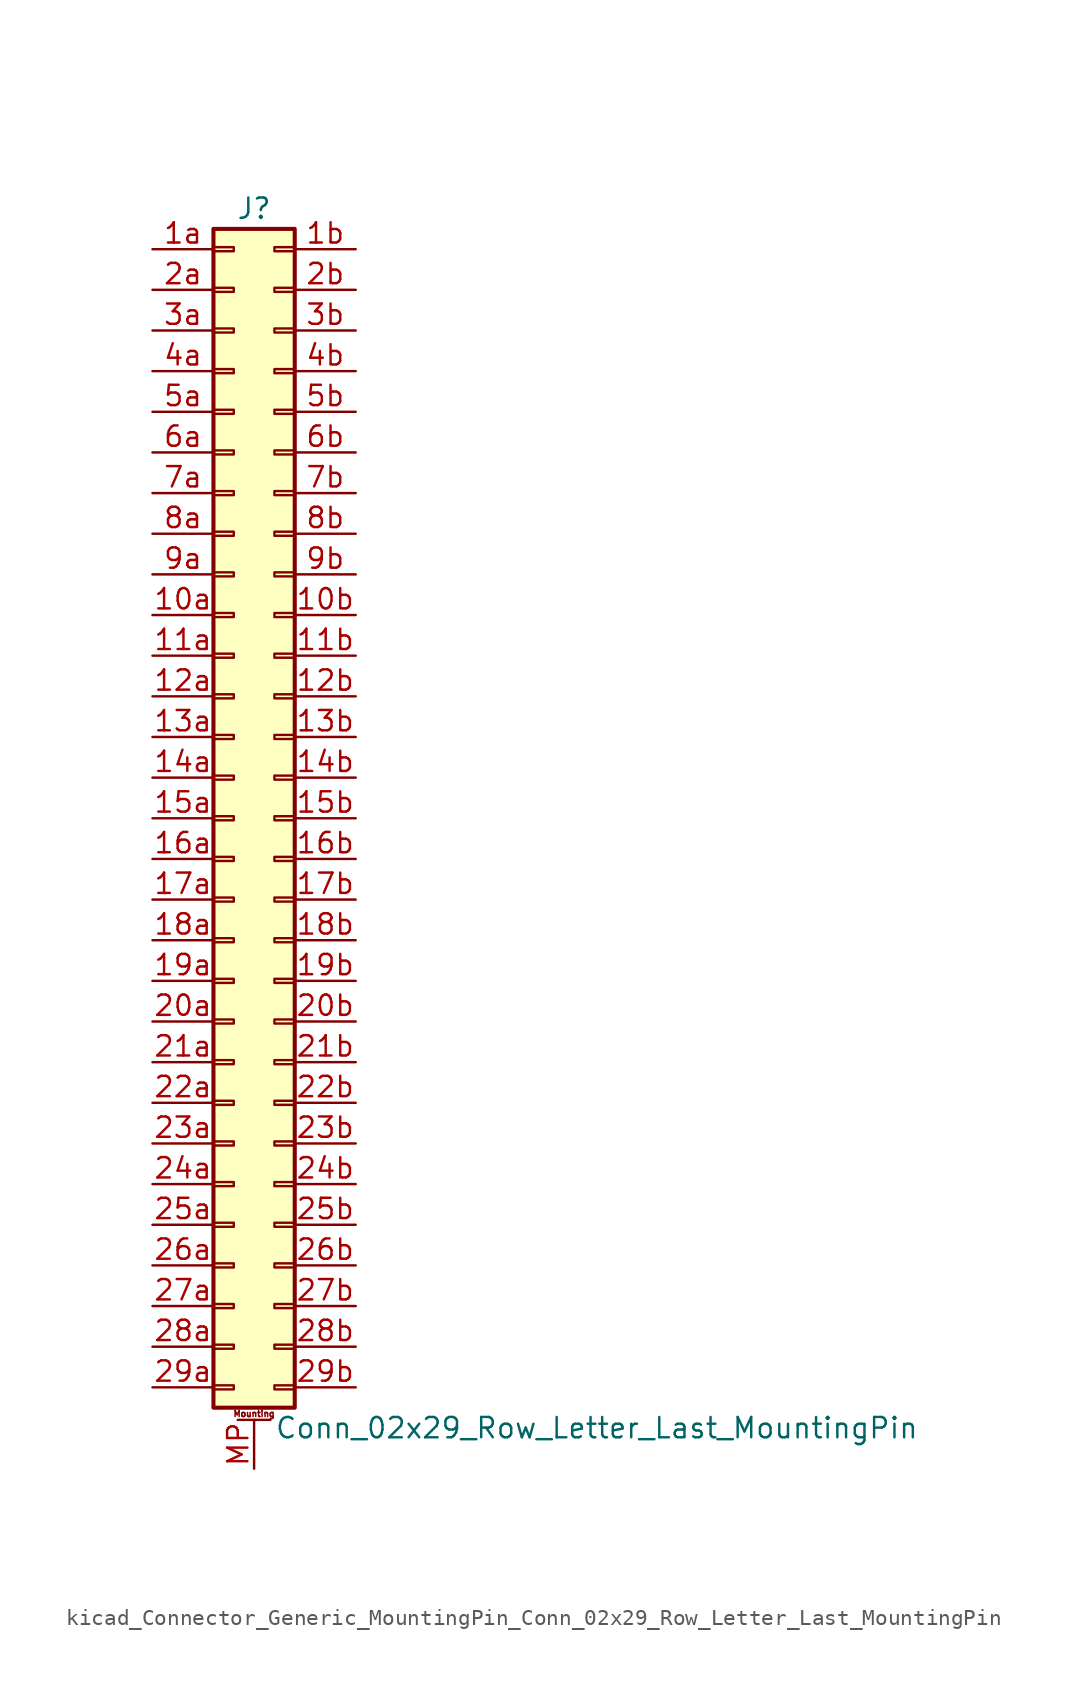
<source format=kicad_sym>
(kicad_symbol_lib
  (version 20220914)
  (generator kicad_symbol_editor)
  (symbol "kicad_Connector_Generic_MountingPin_Conn_02x29_Row_Letter_Last_MountingPin"
    (pin_names
      (offset 1.016) hide)
    (property "Reference" "J"
      (at 1.27 38.1 0)
      (effects (font (size 1.27 1.27))))
    (property "Value" "Conn_02x29_Row_Letter_Last_MountingPin"
      (at 2.54 -38.1 0)
      (effects (font (size 1.27 1.27)) (justify left)))
    (symbol "kicad_Connector_Generic_MountingPin_Conn_02x29_Row_Letter_Last_MountingPin_1_1"
      (rectangle (start -1.27 -35.433) (end 0 -35.687) (stroke (width 0.152) (type default)) (fill (type none)))
      (rectangle (start -1.27 -32.893) (end 0 -33.147) (stroke (width 0.152) (type default)) (fill (type none)))
      (rectangle (start -1.27 -30.353) (end 0 -30.607) (stroke (width 0.152) (type default)) (fill (type none)))
      (rectangle (start -1.27 -27.813) (end 0 -28.067) (stroke (width 0.152) (type default)) (fill (type none)))
      (rectangle (start -1.27 -25.273) (end 0 -25.527) (stroke (width 0.152) (type default)) (fill (type none)))
      (rectangle (start -1.27 -22.733) (end 0 -22.987) (stroke (width 0.152) (type default)) (fill (type none)))
      (rectangle (start -1.27 -20.193) (end 0 -20.447) (stroke (width 0.152) (type default)) (fill (type none)))
      (rectangle (start -1.27 -17.653) (end 0 -17.907) (stroke (width 0.152) (type default)) (fill (type none)))
      (rectangle (start -1.27 -15.113) (end 0 -15.367) (stroke (width 0.152) (type default)) (fill (type none)))
      (rectangle (start -1.27 -12.573) (end 0 -12.827) (stroke (width 0.152) (type default)) (fill (type none)))
      (rectangle (start -1.27 -10.033) (end 0 -10.287) (stroke (width 0.152) (type default)) (fill (type none)))
      (rectangle (start -1.27 -7.493) (end 0 -7.747) (stroke (width 0.152) (type default)) (fill (type none)))
      (rectangle (start -1.27 -4.953) (end 0 -5.207) (stroke (width 0.152) (type default)) (fill (type none)))
      (rectangle (start -1.27 -2.413) (end 0 -2.667) (stroke (width 0.152) (type default)) (fill (type none)))
      (rectangle (start -1.27 0.127) (end 0 -0.127) (stroke (width 0.152) (type default)) (fill (type none)))
      (rectangle (start -1.27 2.667) (end 0 2.413) (stroke (width 0.152) (type default)) (fill (type none)))
      (rectangle (start -1.27 5.207) (end 0 4.953) (stroke (width 0.152) (type default)) (fill (type none)))
      (rectangle (start -1.27 7.747) (end 0 7.493) (stroke (width 0.152) (type default)) (fill (type none)))
      (rectangle (start -1.27 10.287) (end 0 10.033) (stroke (width 0.152) (type default)) (fill (type none)))
      (rectangle (start -1.27 12.827) (end 0 12.573) (stroke (width 0.152) (type default)) (fill (type none)))
      (rectangle (start -1.27 15.367) (end 0 15.113) (stroke (width 0.152) (type default)) (fill (type none)))
      (rectangle (start -1.27 17.907) (end 0 17.653) (stroke (width 0.152) (type default)) (fill (type none)))
      (rectangle (start -1.27 20.447) (end 0 20.193) (stroke (width 0.152) (type default)) (fill (type none)))
      (rectangle (start -1.27 22.987) (end 0 22.733) (stroke (width 0.152) (type default)) (fill (type none)))
      (rectangle (start -1.27 25.527) (end 0 25.273) (stroke (width 0.152) (type default)) (fill (type none)))
      (rectangle (start -1.27 28.067) (end 0 27.813) (stroke (width 0.152) (type default)) (fill (type none)))
      (rectangle (start -1.27 30.607) (end 0 30.353) (stroke (width 0.152) (type default)) (fill (type none)))
      (rectangle (start -1.27 33.147) (end 0 32.893) (stroke (width 0.152) (type default)) (fill (type none)))
      (rectangle (start -1.27 35.687) (end 0 35.433) (stroke (width 0.152) (type default)) (fill (type none)))
      (rectangle (start -1.27 36.83) (end 3.81 -36.83) (stroke (width 0.254) (type default)) (fill (type background)))
      (polyline (pts (xy 0.254 -37.592) (xy 2.286 -37.592)) (stroke (width 0.152) (type default)) (fill (type none)))
      (rectangle (start 3.81 -35.433) (end 2.54 -35.687) (stroke (width 0.152) (type default)) (fill (type none)))
      (rectangle (start 3.81 -32.893) (end 2.54 -33.147) (stroke (width 0.152) (type default)) (fill (type none)))
      (rectangle (start 3.81 -30.353) (end 2.54 -30.607) (stroke (width 0.152) (type default)) (fill (type none)))
      (rectangle (start 3.81 -27.813) (end 2.54 -28.067) (stroke (width 0.152) (type default)) (fill (type none)))
      (rectangle (start 3.81 -25.273) (end 2.54 -25.527) (stroke (width 0.152) (type default)) (fill (type none)))
      (rectangle (start 3.81 -22.733) (end 2.54 -22.987) (stroke (width 0.152) (type default)) (fill (type none)))
      (rectangle (start 3.81 -20.193) (end 2.54 -20.447) (stroke (width 0.152) (type default)) (fill (type none)))
      (rectangle (start 3.81 -17.653) (end 2.54 -17.907) (stroke (width 0.152) (type default)) (fill (type none)))
      (rectangle (start 3.81 -15.113) (end 2.54 -15.367) (stroke (width 0.152) (type default)) (fill (type none)))
      (rectangle (start 3.81 -12.573) (end 2.54 -12.827) (stroke (width 0.152) (type default)) (fill (type none)))
      (rectangle (start 3.81 -10.033) (end 2.54 -10.287) (stroke (width 0.152) (type default)) (fill (type none)))
      (rectangle (start 3.81 -7.493) (end 2.54 -7.747) (stroke (width 0.152) (type default)) (fill (type none)))
      (rectangle (start 3.81 -4.953) (end 2.54 -5.207) (stroke (width 0.152) (type default)) (fill (type none)))
      (rectangle (start 3.81 -2.413) (end 2.54 -2.667) (stroke (width 0.152) (type default)) (fill (type none)))
      (rectangle (start 3.81 0.127) (end 2.54 -0.127) (stroke (width 0.152) (type default)) (fill (type none)))
      (rectangle (start 3.81 2.667) (end 2.54 2.413) (stroke (width 0.152) (type default)) (fill (type none)))
      (rectangle (start 3.81 5.207) (end 2.54 4.953) (stroke (width 0.152) (type default)) (fill (type none)))
      (rectangle (start 3.81 7.747) (end 2.54 7.493) (stroke (width 0.152) (type default)) (fill (type none)))
      (rectangle (start 3.81 10.287) (end 2.54 10.033) (stroke (width 0.152) (type default)) (fill (type none)))
      (rectangle (start 3.81 12.827) (end 2.54 12.573) (stroke (width 0.152) (type default)) (fill (type none)))
      (rectangle (start 3.81 15.367) (end 2.54 15.113) (stroke (width 0.152) (type default)) (fill (type none)))
      (rectangle (start 3.81 17.907) (end 2.54 17.653) (stroke (width 0.152) (type default)) (fill (type none)))
      (rectangle (start 3.81 20.447) (end 2.54 20.193) (stroke (width 0.152) (type default)) (fill (type none)))
      (rectangle (start 3.81 22.987) (end 2.54 22.733) (stroke (width 0.152) (type default)) (fill (type none)))
      (rectangle (start 3.81 25.527) (end 2.54 25.273) (stroke (width 0.152) (type default)) (fill (type none)))
      (rectangle (start 3.81 28.067) (end 2.54 27.813) (stroke (width 0.152) (type default)) (fill (type none)))
      (rectangle (start 3.81 30.607) (end 2.54 30.353) (stroke (width 0.152) (type default)) (fill (type none)))
      (rectangle (start 3.81 33.147) (end 2.54 32.893) (stroke (width 0.152) (type default)) (fill (type none)))
      (rectangle (start 3.81 35.687) (end 2.54 35.433) (stroke (width 0.152) (type default)) (fill (type none)))
      (text "Mounting" (at 1.27 -37.211 0) (effects (font (size 0.381 0.381))))
      (pin passive line (at -5.08 12.7 0) (length 3.81) (name "Pin_10a" (effects (font (size 1.27 1.27)))) (number "10a" (effects (font (size 1.27 1.27)))))
      (pin passive line (at 7.62 12.7 180) (length 3.81) (name "Pin_10b" (effects (font (size 1.27 1.27)))) (number "10b" (effects (font (size 1.27 1.27)))))
      (pin passive line (at -5.08 10.16 0) (length 3.81) (name "Pin_11a" (effects (font (size 1.27 1.27)))) (number "11a" (effects (font (size 1.27 1.27)))))
      (pin passive line (at 7.62 10.16 180) (length 3.81) (name "Pin_11b" (effects (font (size 1.27 1.27)))) (number "11b" (effects (font (size 1.27 1.27)))))
      (pin passive line (at -5.08 7.62 0) (length 3.81) (name "Pin_12a" (effects (font (size 1.27 1.27)))) (number "12a" (effects (font (size 1.27 1.27)))))
      (pin passive line (at 7.62 7.62 180) (length 3.81) (name "Pin_12b" (effects (font (size 1.27 1.27)))) (number "12b" (effects (font (size 1.27 1.27)))))
      (pin passive line (at -5.08 5.08 0) (length 3.81) (name "Pin_13a" (effects (font (size 1.27 1.27)))) (number "13a" (effects (font (size 1.27 1.27)))))
      (pin passive line (at 7.62 5.08 180) (length 3.81) (name "Pin_13b" (effects (font (size 1.27 1.27)))) (number "13b" (effects (font (size 1.27 1.27)))))
      (pin passive line (at -5.08 2.54 0) (length 3.81) (name "Pin_14a" (effects (font (size 1.27 1.27)))) (number "14a" (effects (font (size 1.27 1.27)))))
      (pin passive line (at 7.62 2.54 180) (length 3.81) (name "Pin_14b" (effects (font (size 1.27 1.27)))) (number "14b" (effects (font (size 1.27 1.27)))))
      (pin passive line (at -5.08 0 0) (length 3.81) (name "Pin_15a" (effects (font (size 1.27 1.27)))) (number "15a" (effects (font (size 1.27 1.27)))))
      (pin passive line (at 7.62 0 180) (length 3.81) (name "Pin_15b" (effects (font (size 1.27 1.27)))) (number "15b" (effects (font (size 1.27 1.27)))))
      (pin passive line (at -5.08 -2.54 0) (length 3.81) (name "Pin_16a" (effects (font (size 1.27 1.27)))) (number "16a" (effects (font (size 1.27 1.27)))))
      (pin passive line (at 7.62 -2.54 180) (length 3.81) (name "Pin_16b" (effects (font (size 1.27 1.27)))) (number "16b" (effects (font (size 1.27 1.27)))))
      (pin passive line (at -5.08 -5.08 0) (length 3.81) (name "Pin_17a" (effects (font (size 1.27 1.27)))) (number "17a" (effects (font (size 1.27 1.27)))))
      (pin passive line (at 7.62 -5.08 180) (length 3.81) (name "Pin_17b" (effects (font (size 1.27 1.27)))) (number "17b" (effects (font (size 1.27 1.27)))))
      (pin passive line (at -5.08 -7.62 0) (length 3.81) (name "Pin_18a" (effects (font (size 1.27 1.27)))) (number "18a" (effects (font (size 1.27 1.27)))))
      (pin passive line (at 7.62 -7.62 180) (length 3.81) (name "Pin_18b" (effects (font (size 1.27 1.27)))) (number "18b" (effects (font (size 1.27 1.27)))))
      (pin passive line (at -5.08 -10.16 0) (length 3.81) (name "Pin_19a" (effects (font (size 1.27 1.27)))) (number "19a" (effects (font (size 1.27 1.27)))))
      (pin passive line (at 7.62 -10.16 180) (length 3.81) (name "Pin_19b" (effects (font (size 1.27 1.27)))) (number "19b" (effects (font (size 1.27 1.27)))))
      (pin passive line (at -5.08 35.56 0) (length 3.81) (name "Pin_1a" (effects (font (size 1.27 1.27)))) (number "1a" (effects (font (size 1.27 1.27)))))
      (pin passive line (at 7.62 35.56 180) (length 3.81) (name "Pin_1b" (effects (font (size 1.27 1.27)))) (number "1b" (effects (font (size 1.27 1.27)))))
      (pin passive line (at -5.08 -12.7 0) (length 3.81) (name "Pin_20a" (effects (font (size 1.27 1.27)))) (number "20a" (effects (font (size 1.27 1.27)))))
      (pin passive line (at 7.62 -12.7 180) (length 3.81) (name "Pin_20b" (effects (font (size 1.27 1.27)))) (number "20b" (effects (font (size 1.27 1.27)))))
      (pin passive line (at -5.08 -15.24 0) (length 3.81) (name "Pin_21a" (effects (font (size 1.27 1.27)))) (number "21a" (effects (font (size 1.27 1.27)))))
      (pin passive line (at 7.62 -15.24 180) (length 3.81) (name "Pin_21b" (effects (font (size 1.27 1.27)))) (number "21b" (effects (font (size 1.27 1.27)))))
      (pin passive line (at -5.08 -17.78 0) (length 3.81) (name "Pin_22a" (effects (font (size 1.27 1.27)))) (number "22a" (effects (font (size 1.27 1.27)))))
      (pin passive line (at 7.62 -17.78 180) (length 3.81) (name "Pin_22b" (effects (font (size 1.27 1.27)))) (number "22b" (effects (font (size 1.27 1.27)))))
      (pin passive line (at -5.08 -20.32 0) (length 3.81) (name "Pin_23a" (effects (font (size 1.27 1.27)))) (number "23a" (effects (font (size 1.27 1.27)))))
      (pin passive line (at 7.62 -20.32 180) (length 3.81) (name "Pin_23b" (effects (font (size 1.27 1.27)))) (number "23b" (effects (font (size 1.27 1.27)))))
      (pin passive line (at -5.08 -22.86 0) (length 3.81) (name "Pin_24a" (effects (font (size 1.27 1.27)))) (number "24a" (effects (font (size 1.27 1.27)))))
      (pin passive line (at 7.62 -22.86 180) (length 3.81) (name "Pin_24b" (effects (font (size 1.27 1.27)))) (number "24b" (effects (font (size 1.27 1.27)))))
      (pin passive line (at -5.08 -25.4 0) (length 3.81) (name "Pin_25a" (effects (font (size 1.27 1.27)))) (number "25a" (effects (font (size 1.27 1.27)))))
      (pin passive line (at 7.62 -25.4 180) (length 3.81) (name "Pin_25b" (effects (font (size 1.27 1.27)))) (number "25b" (effects (font (size 1.27 1.27)))))
      (pin passive line (at -5.08 -27.94 0) (length 3.81) (name "Pin_26a" (effects (font (size 1.27 1.27)))) (number "26a" (effects (font (size 1.27 1.27)))))
      (pin passive line (at 7.62 -27.94 180) (length 3.81) (name "Pin_26b" (effects (font (size 1.27 1.27)))) (number "26b" (effects (font (size 1.27 1.27)))))
      (pin passive line (at -5.08 -30.48 0) (length 3.81) (name "Pin_27a" (effects (font (size 1.27 1.27)))) (number "27a" (effects (font (size 1.27 1.27)))))
      (pin passive line (at 7.62 -30.48 180) (length 3.81) (name "Pin_27b" (effects (font (size 1.27 1.27)))) (number "27b" (effects (font (size 1.27 1.27)))))
      (pin passive line (at -5.08 -33.02 0) (length 3.81) (name "Pin_28a" (effects (font (size 1.27 1.27)))) (number "28a" (effects (font (size 1.27 1.27)))))
      (pin passive line (at 7.62 -33.02 180) (length 3.81) (name "Pin_28b" (effects (font (size 1.27 1.27)))) (number "28b" (effects (font (size 1.27 1.27)))))
      (pin passive line (at -5.08 -35.56 0) (length 3.81) (name "Pin_29a" (effects (font (size 1.27 1.27)))) (number "29a" (effects (font (size 1.27 1.27)))))
      (pin passive line (at 7.62 -35.56 180) (length 3.81) (name "Pin_29b" (effects (font (size 1.27 1.27)))) (number "29b" (effects (font (size 1.27 1.27)))))
      (pin passive line (at -5.08 33.02 0) (length 3.81) (name "Pin_2a" (effects (font (size 1.27 1.27)))) (number "2a" (effects (font (size 1.27 1.27)))))
      (pin passive line (at 7.62 33.02 180) (length 3.81) (name "Pin_2b" (effects (font (size 1.27 1.27)))) (number "2b" (effects (font (size 1.27 1.27)))))
      (pin passive line (at -5.08 30.48 0) (length 3.81) (name "Pin_3a" (effects (font (size 1.27 1.27)))) (number "3a" (effects (font (size 1.27 1.27)))))
      (pin passive line (at 7.62 30.48 180) (length 3.81) (name "Pin_3b" (effects (font (size 1.27 1.27)))) (number "3b" (effects (font (size 1.27 1.27)))))
      (pin passive line (at -5.08 27.94 0) (length 3.81) (name "Pin_4a" (effects (font (size 1.27 1.27)))) (number "4a" (effects (font (size 1.27 1.27)))))
      (pin passive line (at 7.62 27.94 180) (length 3.81) (name "Pin_4b" (effects (font (size 1.27 1.27)))) (number "4b" (effects (font (size 1.27 1.27)))))
      (pin passive line (at -5.08 25.4 0) (length 3.81) (name "Pin_5a" (effects (font (size 1.27 1.27)))) (number "5a" (effects (font (size 1.27 1.27)))))
      (pin passive line (at 7.62 25.4 180) (length 3.81) (name "Pin_5b" (effects (font (size 1.27 1.27)))) (number "5b" (effects (font (size 1.27 1.27)))))
      (pin passive line (at -5.08 22.86 0) (length 3.81) (name "Pin_6a" (effects (font (size 1.27 1.27)))) (number "6a" (effects (font (size 1.27 1.27)))))
      (pin passive line (at 7.62 22.86 180) (length 3.81) (name "Pin_6b" (effects (font (size 1.27 1.27)))) (number "6b" (effects (font (size 1.27 1.27)))))
      (pin passive line (at -5.08 20.32 0) (length 3.81) (name "Pin_7a" (effects (font (size 1.27 1.27)))) (number "7a" (effects (font (size 1.27 1.27)))))
      (pin passive line (at 7.62 20.32 180) (length 3.81) (name "Pin_7b" (effects (font (size 1.27 1.27)))) (number "7b" (effects (font (size 1.27 1.27)))))
      (pin passive line (at -5.08 17.78 0) (length 3.81) (name "Pin_8a" (effects (font (size 1.27 1.27)))) (number "8a" (effects (font (size 1.27 1.27)))))
      (pin passive line (at 7.62 17.78 180) (length 3.81) (name "Pin_8b" (effects (font (size 1.27 1.27)))) (number "8b" (effects (font (size 1.27 1.27)))))
      (pin passive line (at -5.08 15.24 0) (length 3.81) (name "Pin_9a" (effects (font (size 1.27 1.27)))) (number "9a" (effects (font (size 1.27 1.27)))))
      (pin passive line (at 7.62 15.24 180) (length 3.81) (name "Pin_9b" (effects (font (size 1.27 1.27)))) (number "9b" (effects (font (size 1.27 1.27)))))
      (pin passive line (at 1.27 -40.64 90) (length 3.048) (name "MountPin" (effects (font (size 1.27 1.27)))) (number "MP" (effects (font (size 1.27 1.27))))))))
</source>
